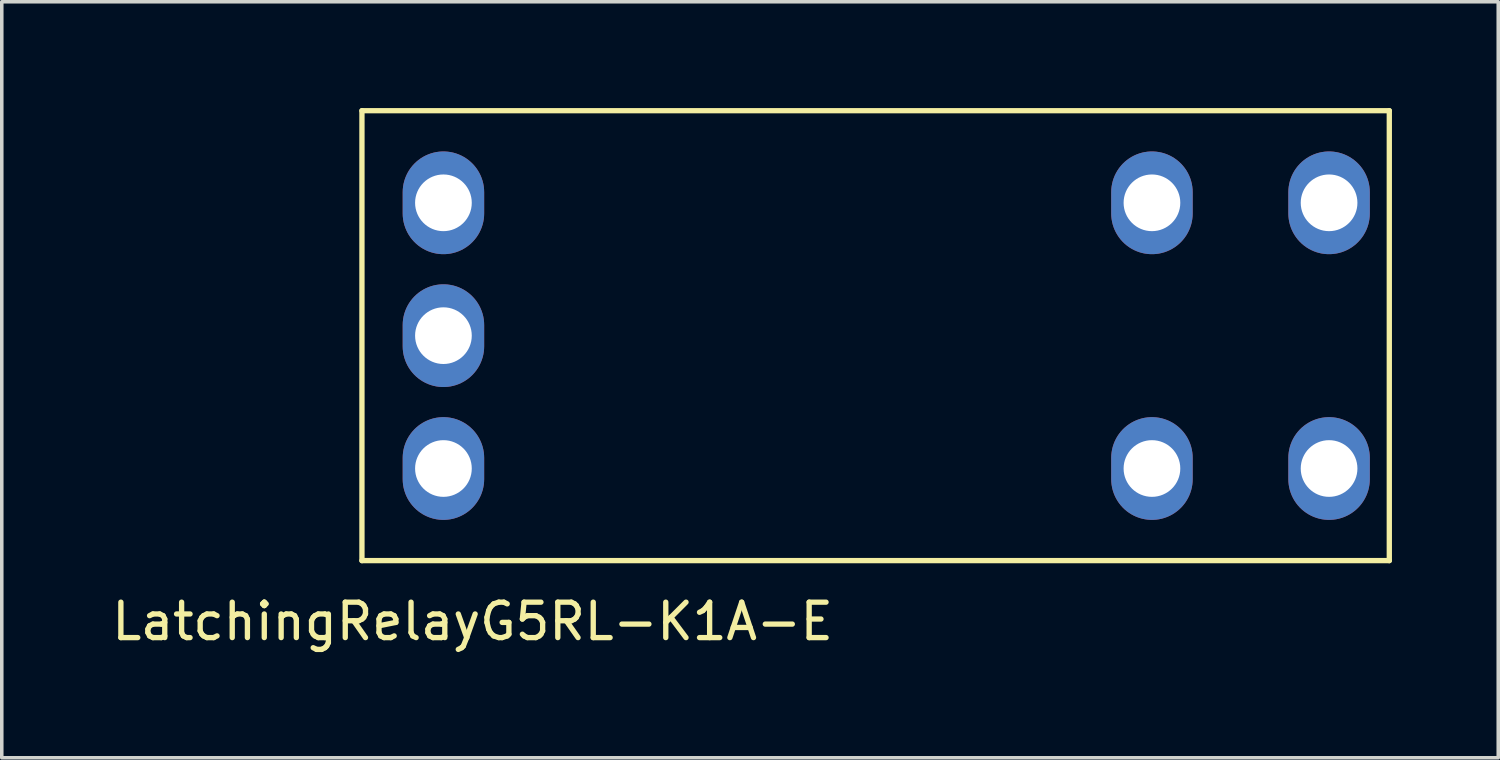
<source format=kicad_pcb>
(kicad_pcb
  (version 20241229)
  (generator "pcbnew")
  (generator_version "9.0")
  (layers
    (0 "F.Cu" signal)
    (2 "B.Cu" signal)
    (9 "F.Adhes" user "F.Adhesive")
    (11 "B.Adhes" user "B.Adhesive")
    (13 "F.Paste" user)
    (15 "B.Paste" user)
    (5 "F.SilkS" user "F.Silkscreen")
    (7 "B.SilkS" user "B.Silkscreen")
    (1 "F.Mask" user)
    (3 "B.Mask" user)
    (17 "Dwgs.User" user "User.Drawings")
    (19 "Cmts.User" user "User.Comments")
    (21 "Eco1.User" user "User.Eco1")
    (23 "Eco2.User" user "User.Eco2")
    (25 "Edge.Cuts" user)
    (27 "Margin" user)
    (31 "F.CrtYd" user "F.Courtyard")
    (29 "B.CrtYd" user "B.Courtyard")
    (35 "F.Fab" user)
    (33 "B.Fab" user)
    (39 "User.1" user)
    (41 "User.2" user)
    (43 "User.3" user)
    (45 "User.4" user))
  (footprint "LatchingRelayG5RL-K1A-E"
    (layer "F.Cu")
    (at 17.467 14.175)
    (property "Reference" "LatchingRelayG5RL-K1A-E" (at -7.176 0.318 0) (layer "F.SilkS") (effects (font (size 1 1) (thickness 0.15))))
    (attr through_hole)
    (fp_line (start -10.3 -14.1) (end -10.3 -1.4) (stroke (width 0.15) (type solid)) (layer "F.SilkS"))
    (fp_line (start -10.3 -1.4) (end 18.7 -1.4) (stroke (width 0.15) (type solid)) (layer "F.SilkS"))
    (fp_line (start 18.7 -14.1) (end -10.3 -14.1) (stroke (width 0.15) (type solid)) (layer "F.SilkS"))
    (fp_line (start 18.7 -1.4) (end 18.7 -14.1) (stroke (width 0.15) (type solid)) (layer "F.SilkS"))
    (pad "1" thru_hole oval (at -8 -11.5) (size 2.3 2.9) (drill 1.6) (layers "*.Cu" "*.Mask"))
    (pad "2" thru_hole oval (at 12 -11.5) (size 2.3 2.9) (drill 1.6) (layers "*.Cu" "*.Mask"))
    (pad "2" thru_hole oval (at 12 -4) (size 2.3 2.9) (drill 1.6) (layers "*.Cu" "*.Mask"))
    (pad "3" thru_hole oval (at 17 -11.5) (size 2.3 2.9) (drill 1.6) (layers "*.Cu" "*.Mask"))
    (pad "3" thru_hole oval (at 17 -4) (size 2.3 2.9) (drill 1.6) (layers "*.Cu" "*.Mask"))
    (pad "4" thru_hole oval (at -8 -4) (size 2.3 2.9) (drill 1.6) (layers "*.Cu" "*.Mask"))
    (pad "5" thru_hole oval (at -8 -7.75) (size 2.3 2.9) (drill 1.6) (layers "*.Cu" "*.Mask")))
  (gr_rect
    (start -3 -3)
    (end 39.242 18.341)
    (stroke (width 0.1) (type default))
    (fill no)
    (layer "Edge.Cuts")))
</source>
